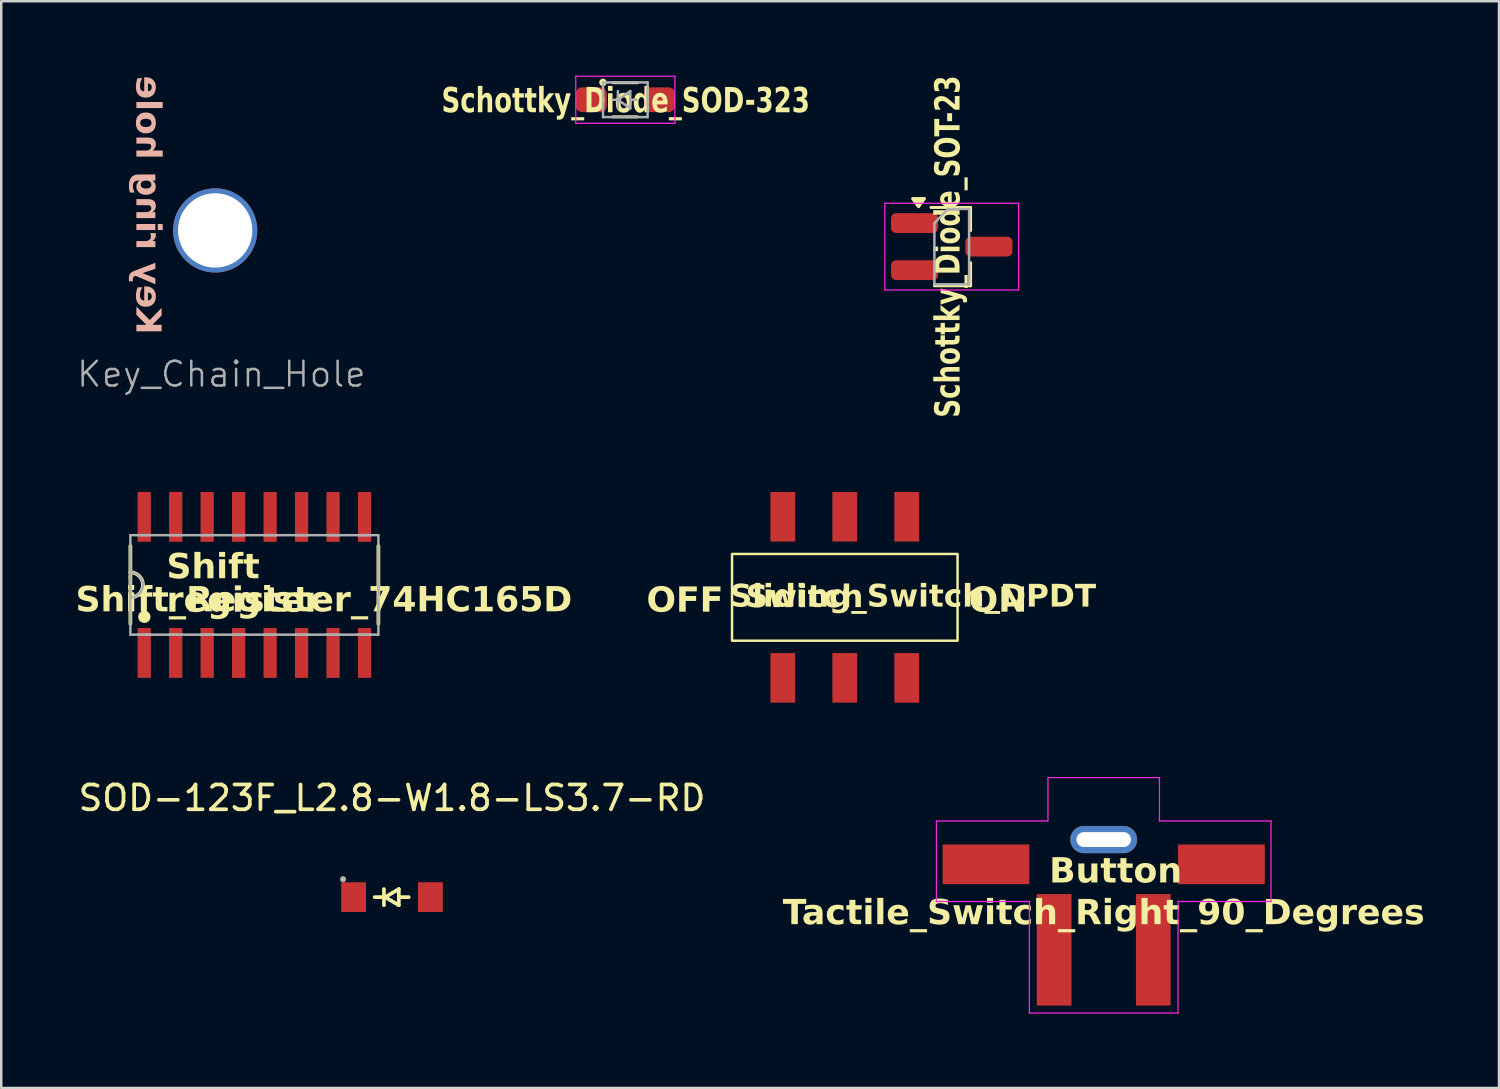
<source format=kicad_pcb>
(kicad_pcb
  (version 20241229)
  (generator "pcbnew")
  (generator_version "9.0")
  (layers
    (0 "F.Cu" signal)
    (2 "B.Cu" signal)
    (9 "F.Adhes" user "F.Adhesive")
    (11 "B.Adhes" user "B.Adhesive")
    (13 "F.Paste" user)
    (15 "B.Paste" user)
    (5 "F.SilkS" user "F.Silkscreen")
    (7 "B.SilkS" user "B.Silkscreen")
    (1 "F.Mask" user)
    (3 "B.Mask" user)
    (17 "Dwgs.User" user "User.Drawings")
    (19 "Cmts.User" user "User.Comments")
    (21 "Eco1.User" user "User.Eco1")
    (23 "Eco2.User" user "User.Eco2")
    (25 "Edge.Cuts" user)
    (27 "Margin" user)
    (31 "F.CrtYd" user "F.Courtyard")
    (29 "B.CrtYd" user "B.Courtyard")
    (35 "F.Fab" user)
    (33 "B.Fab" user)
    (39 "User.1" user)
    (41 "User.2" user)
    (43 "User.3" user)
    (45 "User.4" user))
  (footprint "Schottky_Diode_SOD-323"
    (layer "F.Cu")
    (at 22.183 0.975)
    (property "Reference" "Schottky_Diode_SOD-323" (at 0.015 0.089 0) (layer "F.SilkS") (effects (font (face "Segoe UI This") (size 1 0.75) (thickness 0.15) (bold yes))))
    (attr smd)
    (fp_line (start -0.506 0.689) (end 0.494 0.689) (stroke (width 0.12) (type solid)) (layer "F.SilkS"))
    (fp_line (start -0.5 -0.687) (end 0.498 -0.687) (stroke (width 0.12) (type solid)) (layer "F.SilkS"))
    (fp_circle (center -0.903 -0.7) (end -0.803 -0.7) (stroke (width 0.1) (type solid)) (fill yes) (layer "F.SilkS"))
    (fp_line (start -2 -0.95) (end -2 0.95) (stroke (width 0.05) (type solid)) (layer "F.CrtYd"))
    (fp_line (start -2 -0.95) (end 2 -0.95) (stroke (width 0.05) (type solid)) (layer "F.CrtYd"))
    (fp_line (start -2 0.95) (end 2 0.95) (stroke (width 0.05) (type solid)) (layer "F.CrtYd"))
    (fp_line (start 2 -0.95) (end 2 0.95) (stroke (width 0.05) (type solid)) (layer "F.CrtYd"))
    (fp_line (start -0.9 -0.7) (end 0.9 -0.7) (stroke (width 0.1) (type solid)) (layer "F.Fab"))
    (fp_line (start -0.9 0.7) (end -0.9 -0.7) (stroke (width 0.1) (type solid)) (layer "F.Fab"))
    (fp_line (start -0.3 -0.35) (end -0.3 0.35) (stroke (width 0.1) (type solid)) (layer "F.Fab"))
    (fp_line (start -0.3 0) (end -0.5 0) (stroke (width 0.1) (type solid)) (layer "F.Fab"))
    (fp_line (start -0.3 0) (end 0.2 -0.35) (stroke (width 0.1) (type solid)) (layer "F.Fab"))
    (fp_line (start 0.2 -0.35) (end 0.2 0.35) (stroke (width 0.1) (type solid)) (layer "F.Fab"))
    (fp_line (start 0.2 0) (end 0.45 0) (stroke (width 0.1) (type solid)) (layer "F.Fab"))
    (fp_line (start 0.2 0.35) (end -0.3 0) (stroke (width 0.1) (type solid)) (layer "F.Fab"))
    (fp_line (start 0.9 -0.7) (end 0.9 0.7) (stroke (width 0.1) (type solid)) (layer "F.Fab"))
    (fp_line (start 0.9 0.7) (end -0.9 0.7) (stroke (width 0.1) (type solid)) (layer "F.Fab"))
    (pad "1" smd roundrect (at -1.375 0) (size 1.25 1) (layers "F.Cu" "F.Mask" "F.Paste") (roundrect_rratio 0.25))
    (pad "2" smd roundrect (at 1.375 0) (size 1.25 1) (layers "F.Cu" "F.Mask" "F.Paste") (roundrect_rratio 0.25)))
  (footprint "Tactile_Switch_Right_90_Degrees"
    (layer "F.Cu")
    (at 41.487 33.828)
    (property "Reference" "Tactile_Switch_Right_90_Degrees" (at 0 0 0) (unlocked yes) (layer "F.SilkS") (effects (font (face "Segoe UI This") (size 1 1) (thickness 0.2) (bold yes))))
    (attr smd)
    (fp_line (start -6.75 -3.75) (end -2.25 -3.75) (stroke (width 0.05) (type default)) (layer "F.CrtYd"))
    (fp_line (start -6.75 -0.5) (end -6.75 -3.75) (stroke (width 0.05) (type default)) (layer "F.CrtYd"))
    (fp_line (start -3 -0.5) (end -6.75 -0.5) (stroke (width 0.05) (type default)) (layer "F.CrtYd"))
    (fp_line (start -3 4) (end -3 -0.5) (stroke (width 0.05) (type default)) (layer "F.CrtYd"))
    (fp_line (start -2.25 -5.5) (end 2.25 -5.5) (stroke (width 0.05) (type default)) (layer "F.CrtYd"))
    (fp_line (start -2.25 -3.75) (end -2.25 -5.5) (stroke (width 0.05) (type default)) (layer "F.CrtYd"))
    (fp_line (start 2.25 -5.5) (end 2.25 -3.75) (stroke (width 0.05) (type default)) (layer "F.CrtYd"))
    (fp_line (start 2.25 -3.75) (end 6.75 -3.75) (stroke (width 0.05) (type default)) (layer "F.CrtYd"))
    (fp_line (start 3 -0.5) (end 3 4) (stroke (width 0.05) (type default)) (layer "F.CrtYd"))
    (fp_line (start 3 4) (end -3 4) (stroke (width 0.05) (type default)) (layer "F.CrtYd"))
    (fp_line (start 6.75 -3.75) (end 6.75 -0.5) (stroke (width 0.05) (type default)) (layer "F.CrtYd"))
    (fp_line (start 6.75 -0.5) (end 3 -0.5) (stroke (width 0.05) (type default)) (layer "F.CrtYd"))
    (fp_text user "Button" (at -2.2 -1.1 0) (unlocked yes) (layer "F.SilkS") (effects (font (face "Segoe UI This") (size 1 1) (thickness 0.2) (bold yes)) (justify left bottom)))
    (pad "" smd rect (at -4.75 -2 180) (size 3.5 1.6) (layers "F.Cu" "F.Mask" "F.Paste"))
    (pad "" thru_hole oval (at 0 -3) (size 2.7 1.1) (drill oval 2.2 0.6) (layers "*.Cu" "*.Mask"))
    (pad "" smd rect (at 4.75 -2 180) (size 3.5 1.6) (layers "F.Cu" "F.Mask" "F.Paste"))
    (pad "1" smd rect (at -2 1.45 90) (size 4.5 1.4) (layers "F.Cu" "F.Mask" "F.Paste"))
    (pad "2" smd rect (at 2 1.45 90) (size 4.5 1.4) (layers "F.Cu" "F.Mask" "F.Paste")))
  (footprint "SOD-123F_L2.8-W1.8-LS3.7-RD"
    (layer "F.Cu")
    (at 12.768 33.151)
    (property "Reference" "SOD-123F_L2.8-W1.8-LS3.7-RD" (at 0 -4 0) (layer "F.SilkS") (effects (font (size 1 1) (thickness 0.15))))
    (attr smd)
    (fp_line (start -0.7 0) (end -0.3 0) (stroke (width 0.15) (type solid)) (layer "F.SilkS"))
    (fp_line (start -0.325 0.325) (end -0.325 -0.325) (stroke (width 0.15) (type solid)) (layer "F.SilkS"))
    (fp_line (start -0.275 0) (end 0.275 -0.325) (stroke (width 0.15) (type solid)) (layer "F.SilkS"))
    (fp_line (start -0.275 0) (end 0.275 0.325) (stroke (width 0.15) (type solid)) (layer "F.SilkS"))
    (fp_line (start 0.275 0) (end 0.675 0) (stroke (width 0.15) (type solid)) (layer "F.SilkS"))
    (fp_line (start 0.275 0.325) (end 0.275 -0.325) (stroke (width 0.15) (type solid)) (layer "F.SilkS"))
    (fp_circle (center -1.975 -0.725) (end -1.9 -0.725) (stroke (width 0) (type solid)) (fill yes) (layer "F.SilkS"))
    (fp_circle (center -1.975 -0.725) (end -1.9 -0.725) (stroke (width 0.1) (type solid)) (fill no) (layer "F.Fab"))
    (pad "1" smd rect (at -1.55 0) (size 1 1.2) (layers "F.Cu" "F.Mask" "F.Paste"))
    (pad "2" smd rect (at 1.55 0) (size 1 1.2) (layers "F.Cu" "F.Mask" "F.Paste")))
  (footprint "Shift_Register_74HC165D"
    (layer "F.Cu")
    (at 7.219 20.553)
    (property "Reference" "Shift_Register_74HC165D" (at 2.8 0.65 180) (layer "F.SilkS") (effects (font (face "Segoe UI This") (size 1 1) (thickness 0.2) (bold yes))))
    (attr smd)
    (fp_line (start -5.008 -1.575) (end -5.008 -0.305) (stroke (width 0.152) (type solid)) (layer "F.SilkS"))
    (fp_line (start -5.008 -0.305) (end -5.008 0.305) (stroke (width 0.152) (type solid)) (layer "F.SilkS"))
    (fp_line (start -5.008 0.305) (end -5.008 1.575) (stroke (width 0.152) (type solid)) (layer "F.SilkS"))
    (fp_line (start 5 1.575) (end 5 -1.575) (stroke (width 0.152) (type solid)) (layer "F.SilkS"))
    (fp_arc (start -5.0076 -0.5076) (mid -4.5 0) (end -5.0076 0.5076) (stroke (width 0.1524) (type solid)) (layer "F.SilkS"))
    (fp_poly (pts (xy -4.194 1.287) (xy -4.213 1.192) (xy -4.267 1.111) (xy -4.348 1.056) (xy -4.444 1.037) (xy -4.54 1.056) (xy -4.621 1.111) (xy -4.675 1.192) (xy -4.694 1.287) (xy -4.675 1.383) (xy -4.621 1.464) (xy -4.54 1.518) (xy -4.444 1.537) (xy -4.348 1.518) (xy -4.267 1.464) (xy -4.213 1.383) (xy -4.194 1.287)) (stroke (width 0) (type solid)) (fill yes) (layer "F.SilkS"))
    (fp_line (start -5.008 -2.007) (end -5.008 -0.305) (stroke (width 0.1) (type solid)) (layer "F.Fab"))
    (fp_line (start -5.008 -0.305) (end -5.008 0.305) (stroke (width 0.1) (type solid)) (layer "F.Fab"))
    (fp_line (start -5.008 0.305) (end -5.008 2.007) (stroke (width 0.1) (type solid)) (layer "F.Fab"))
    (fp_line (start -5.008 2.007) (end 5 2.007) (stroke (width 0.1) (type solid)) (layer "F.Fab"))
    (fp_line (start -4.703 -2.007) (end -4.195 -2.007) (stroke (width 0.1) (type solid)) (layer "F.Fab"))
    (fp_line (start -4.195 2.007) (end -4.703 2.007) (stroke (width 0.1) (type solid)) (layer "F.Fab"))
    (fp_line (start -3.433 -2.007) (end -2.925 -2.007) (stroke (width 0.1) (type solid)) (layer "F.Fab"))
    (fp_line (start -2.925 2.007) (end -3.433 2.007) (stroke (width 0.1) (type solid)) (layer "F.Fab"))
    (fp_line (start -2.163 -2.007) (end -1.655 -2.007) (stroke (width 0.1) (type solid)) (layer "F.Fab"))
    (fp_line (start -1.655 2.007) (end -2.163 2.007) (stroke (width 0.1) (type solid)) (layer "F.Fab"))
    (fp_line (start -0.893 -2.007) (end -0.385 -2.007) (stroke (width 0.1) (type solid)) (layer "F.Fab"))
    (fp_line (start -0.385 2.007) (end -0.893 2.007) (stroke (width 0.1) (type solid)) (layer "F.Fab"))
    (fp_line (start 0.377 -2.007) (end 0.885 -2.007) (stroke (width 0.1) (type solid)) (layer "F.Fab"))
    (fp_line (start 0.885 2.007) (end 0.377 2.007) (stroke (width 0.1) (type solid)) (layer "F.Fab"))
    (fp_line (start 1.647 -2.007) (end 2.155 -2.007) (stroke (width 0.1) (type solid)) (layer "F.Fab"))
    (fp_line (start 2.155 2.007) (end 1.647 2.007) (stroke (width 0.1) (type solid)) (layer "F.Fab"))
    (fp_line (start 2.917 -2.007) (end 3.425 -2.007) (stroke (width 0.1) (type solid)) (layer "F.Fab"))
    (fp_line (start 3.425 2.007) (end 2.917 2.007) (stroke (width 0.1) (type solid)) (layer "F.Fab"))
    (fp_line (start 4.187 -2.007) (end 4.695 -2.007) (stroke (width 0.1) (type solid)) (layer "F.Fab"))
    (fp_line (start 4.695 2.007) (end 4.187 2.007) (stroke (width 0.1) (type solid)) (layer "F.Fab"))
    (fp_line (start 5 -2.007) (end -5.008 -2.007) (stroke (width 0.1) (type solid)) (layer "F.Fab"))
    (fp_line (start 5 2.007) (end 5 -2.007) (stroke (width 0.1) (type solid)) (layer "F.Fab"))
    (fp_arc (start -5.0076 -0.5076) (mid -4.5 0) (end -5.0076 0.5076) (stroke (width 0.1) (type solid)) (layer "F.Fab"))
    (fp_text user "register" (at -3.55 1.25 0) (unlocked yes) (layer "F.SilkS") (effects (font (face "Segoe UI This") (size 1 1) (thickness 0.2) (bold yes)) (justify left bottom)))
    (fp_text user "Shift" (at -3.55 -0.1 0) (unlocked yes) (layer "F.SilkS") (effects (font (face "Segoe UI This") (size 1 1) (thickness 0.2) (bold yes)) (justify left bottom)))
    (pad "1" smd rect (at -4.449 2.745 90) (size 2.01 0.533) (layers "F.Cu" "F.Mask"))
    (pad "2" smd rect (at -3.179 2.745 90) (size 2.01 0.533) (layers "F.Cu" "F.Mask"))
    (pad "3" smd rect (at -1.909 2.745 90) (size 2.01 0.533) (layers "F.Cu" "F.Mask"))
    (pad "4" smd rect (at -0.639 2.745 90) (size 2.01 0.533) (layers "F.Cu" "F.Mask"))
    (pad "5" smd rect (at 0.631 2.745 90) (size 2.01 0.533) (layers "F.Cu" "F.Mask"))
    (pad "6" smd rect (at 1.901 2.745 90) (size 2.01 0.533) (layers "F.Cu" "F.Mask"))
    (pad "7" smd rect (at 3.171 2.745 90) (size 2.01 0.533) (layers "F.Cu" "F.Mask"))
    (pad "8" smd rect (at 4.441 2.745 90) (size 2.01 0.533) (layers "F.Cu" "F.Mask"))
    (pad "9" smd rect (at 4.441 -2.745 90) (size 2.01 0.533) (layers "F.Cu" "F.Mask"))
    (pad "10" smd rect (at 3.171 -2.745 90) (size 2.01 0.533) (layers "F.Cu" "F.Mask"))
    (pad "11" smd rect (at 1.901 -2.745 90) (size 2.01 0.533) (layers "F.Cu" "F.Mask"))
    (pad "12" smd rect (at 0.631 -2.745 90) (size 2.01 0.533) (layers "F.Cu" "F.Mask"))
    (pad "13" smd rect (at -0.639 -2.745 90) (size 2.01 0.533) (layers "F.Cu" "F.Mask"))
    (pad "14" smd rect (at -1.909 -2.745 90) (size 2.01 0.533) (layers "F.Cu" "F.Mask"))
    (pad "15" smd rect (at -3.179 -2.745 90) (size 2.01 0.533) (layers "F.Cu" "F.Mask"))
    (pad "16" smd rect (at -4.449 -2.745 90) (size 2.01 0.533) (layers "F.Cu" "F.Mask")))
  (footprint "Schottky_Diode_SOT-23"
    (layer "F.Cu")
    (at 35.355 6.902)
    (property "Reference" "Schottky_Diode_SOT-23" (at -0.1 0 90) (layer "F.SilkS") (effects (font (face "Segoe UI This") (size 1 0.75) (thickness 0.15) (bold yes))))
    (attr smd)
    (fp_line (start -0.04 -1.58) (end -0.84 -1.58) (stroke (width 0.12) (type solid)) (layer "F.SilkS"))
    (fp_line (start -0.04 -1.58) (end 0.76 -1.58) (stroke (width 0.12) (type solid)) (layer "F.SilkS"))
    (fp_line (start 0.76 -1.58) (end 0.76 -0.65) (stroke (width 0.12) (type solid)) (layer "F.SilkS"))
    (fp_line (start 0.76 1.58) (end -0.7 1.58) (stroke (width 0.12) (type solid)) (layer "F.SilkS"))
    (fp_line (start 0.76 1.58) (end 0.76 0.65) (stroke (width 0.12) (type solid)) (layer "F.SilkS"))
    (fp_poly (pts (xy -1.34 -1.61) (xy -1.58 -1.94) (xy -1.1 -1.94) (xy -1.34 -1.61)) (stroke (width 0.12) (type solid)) (fill yes) (layer "F.SilkS"))
    (fp_line (start -2.7 -1.75) (end 2.7 -1.75) (stroke (width 0.05) (type solid)) (layer "F.CrtYd"))
    (fp_line (start -2.7 1.75) (end -2.7 -1.75) (stroke (width 0.05) (type solid)) (layer "F.CrtYd"))
    (fp_line (start 2.7 -1.75) (end 2.7 1.75) (stroke (width 0.05) (type solid)) (layer "F.CrtYd"))
    (fp_line (start 2.7 1.75) (end -2.7 1.75) (stroke (width 0.05) (type solid)) (layer "F.CrtYd"))
    (fp_line (start -0.7 -0.95) (end -0.7 1.5) (stroke (width 0.1) (type solid)) (layer "F.Fab"))
    (fp_line (start -0.7 -0.95) (end -0.15 -1.52) (stroke (width 0.1) (type solid)) (layer "F.Fab"))
    (fp_line (start -0.7 1.52) (end 0.7 1.52) (stroke (width 0.1) (type solid)) (layer "F.Fab"))
    (fp_line (start -0.15 -1.52) (end 0.7 -1.52) (stroke (width 0.1) (type solid)) (layer "F.Fab"))
    (fp_line (start 0.7 -1.52) (end 0.7 1.52) (stroke (width 0.1) (type solid)) (layer "F.Fab"))
    (pad "1" smd roundrect (at -1.5 -0.95) (size 1.9 0.8) (layers "F.Cu" "F.Mask") (roundrect_rratio 0.25))
    (pad "2" smd roundrect (at -1.5 0.95) (size 1.9 0.8) (layers "F.Cu" "F.Mask") (roundrect_rratio 0.25))
    (pad "3" smd roundrect (at 1.5 0) (size 1.9 0.8) (layers "F.Cu" "F.Mask") (roundrect_rratio 0.25)))
  (footprint "Key_Chain_Hole"
    (layer "F.Cu")
    (at 5.633 6.248)
    (property "Reference" "Key_Chain_Hole" (at 0.25 5.8 0) (unlocked yes) (layer "F.Fab") (effects (font (size 1 1) (thickness 0.1))))
    (attr through_hole)
    (fp_text user "Key ring hole" (at -3.35 4.2 270) (unlocked yes) (layer "B.SilkS") (effects (font (face "Segoe UI This") (size 1 1) (thickness 0.2) (bold yes)) (justify left bottom mirror)))
    (pad "" thru_hole circle (at 0 0) (size 3.4 3.4) (drill 3) (layers "*.Cu" "*.Mask")))
  (footprint "Sliding_Switch_DPDT"
    (layer "F.Cu")
    (at 31.039 21.053)
    (property "Reference" "Sliding_Switch_DPDT" (at 2.75 0 0) (unlocked yes) (layer "F.SilkS") (effects (font (face "Arial Black") (size 0.9 0.9) (thickness 0.1))))
    (attr smd)
    (fp_rect (start -4.55 -1.75) (end 4.55 1.75) (stroke (width 0.1) (type default)) (fill no) (layer "F.SilkS"))
    (fp_text user "Switch" (at -4 0.55 0) (unlocked yes) (layer "F.SilkS") (effects (font (face "Arial Black") (size 0.9 0.9) (thickness 0.1)) (justify left bottom)))
    (fp_text user "ON" (at 5 0.75 0) (unlocked yes) (layer "F.SilkS") (effects (font (face "Arial Black") (size 1 1) (thickness 0.1)) (justify left bottom)))
    (fp_text user "OFF" (at -8 0.75 0) (unlocked yes) (layer "F.SilkS") (effects (font (face "Arial Black") (size 1 1) (thickness 0.1)) (justify left bottom)))
    (pad "1" smd rect (at 2.5 -3.25) (size 1 2) (layers "F.Cu" "F.Mask"))
    (pad "1" smd rect (at 2.5 3.25) (size 1 2) (layers "F.Cu" "F.Mask"))
    (pad "2" smd rect (at 0 -3.25) (size 1 2) (layers "F.Cu" "F.Mask"))
    (pad "2" smd rect (at 0 3.25) (size 1 2) (layers "F.Cu" "F.Mask"))
    (pad "3" smd rect (at -2.5 -3.25) (size 1 2) (layers "F.Cu" "F.Mask"))
    (pad "3" smd rect (at -2.5 3.25) (size 1 2) (layers "F.Cu" "F.Mask")))
  (gr_rect
    (start -3 -3)
    (end 57.438 40.853)
    (stroke (width 0.1) (type default))
    (fill no)
    (layer "Edge.Cuts")))
</source>
